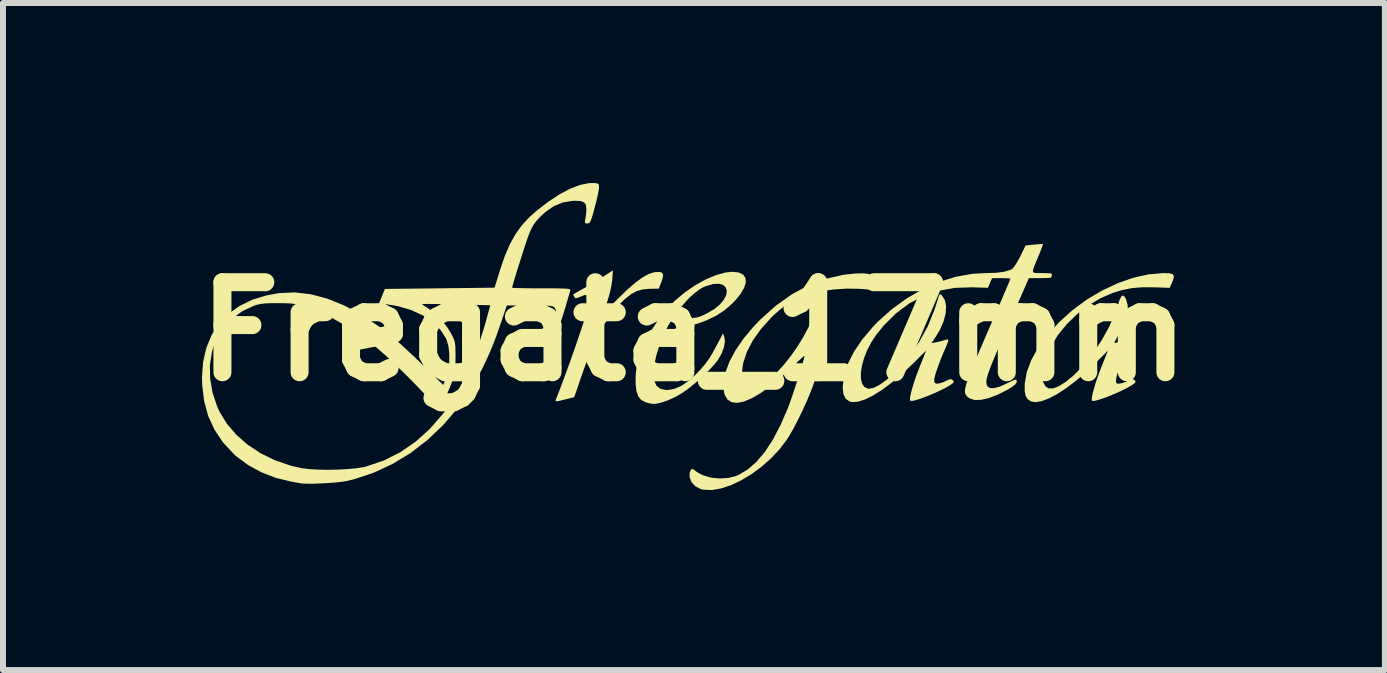
<source format=kicad_pcb>
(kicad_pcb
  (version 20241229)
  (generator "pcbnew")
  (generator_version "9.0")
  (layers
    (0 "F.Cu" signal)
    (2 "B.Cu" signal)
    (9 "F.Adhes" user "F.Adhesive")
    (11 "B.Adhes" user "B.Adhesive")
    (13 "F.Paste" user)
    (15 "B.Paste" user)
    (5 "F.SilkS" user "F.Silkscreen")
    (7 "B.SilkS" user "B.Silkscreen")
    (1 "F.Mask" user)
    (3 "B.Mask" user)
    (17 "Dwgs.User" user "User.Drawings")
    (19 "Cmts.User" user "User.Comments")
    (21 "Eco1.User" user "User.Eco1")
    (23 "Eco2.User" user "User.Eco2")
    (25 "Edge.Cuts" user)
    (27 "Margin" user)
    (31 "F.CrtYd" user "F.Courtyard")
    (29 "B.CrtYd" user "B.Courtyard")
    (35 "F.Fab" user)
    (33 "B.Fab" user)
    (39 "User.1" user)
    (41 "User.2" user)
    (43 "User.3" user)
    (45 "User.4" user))
  (footprint "Fregata_17mm"
    (layer "F.Cu")
    (at 8.514 2.475)
    (property "Reference" "Fregata_17mm" (at 0 0 0) (layer "F.SilkS") (effects (font (size 1.5 1.5) (thickness 0.3))))
    (attr board_only exclude_from_pos_files exclude_from_bom)
    (fp_poly (pts (xy -1.361 -0.865) (xy -1.375 -0.767) (xy -1.4 -0.651) (xy -1.432 -0.538) (xy -1.438 -0.52) (xy -1.465 -0.437) (xy -1.485 -0.372) (xy -1.496 -0.332) (xy -1.497 -0.325) (xy -1.481 -0.337) (xy -1.441 -0.375) (xy -1.381 -0.433) (xy -1.307 -0.506) (xy -1.26 -0.553) (xy -1.106 -0.702) (xy -0.973 -0.817) (xy -0.857 -0.902) (xy -0.756 -0.958) (xy -0.666 -0.987) (xy -0.637 -0.991) (xy -0.565 -0.992) (xy -0.524 -0.975) (xy -0.513 -0.936) (xy -0.528 -0.867) (xy -0.544 -0.823) (xy -0.585 -0.715) (xy -0.743 -0.712) (xy -0.855 -0.702) (xy -0.954 -0.674) (xy -1.049 -0.621) (xy -1.15 -0.541) (xy -1.229 -0.464) (xy -1.356 -0.319) (xy -1.475 -0.15) (xy -1.587 0.047) (xy -1.696 0.277) (xy -1.803 0.542) (xy -1.874 0.742) (xy -1.994 1.093) (xy -2.136 1.129) (xy -2.222 1.151) (xy -2.274 1.161) (xy -2.3 1.161) (xy -2.306 1.15) (xy -2.299 1.128) (xy -2.242 0.984) (xy -2.181 0.821) (xy -2.116 0.646) (xy -2.051 0.465) (xy -1.987 0.284) (xy -1.927 0.109) (xy -1.872 -0.053) (xy -1.825 -0.197) (xy -1.788 -0.316) (xy -1.763 -0.404) (xy -1.757 -0.43) (xy -1.743 -0.501) (xy -1.741 -0.544) (xy -1.751 -0.572) (xy -1.764 -0.587) (xy -1.789 -0.607) (xy -1.817 -0.609) (xy -1.862 -0.593) (xy -1.886 -0.582) (xy -1.942 -0.56) (xy -1.973 -0.556) (xy -1.991 -0.571) (xy -1.993 -0.573) (xy -2.009 -0.605) (xy -2.012 -0.614) (xy -1.994 -0.629) (xy -1.948 -0.657) (xy -1.882 -0.694) (xy -1.859 -0.707) (xy -1.768 -0.758) (xy -1.662 -0.821) (xy -1.558 -0.885) (xy -1.527 -0.905) (xy -1.349 -1.02)) (stroke (width 0) (type solid)) (fill yes) (layer "F.SilkS"))
    (fp_poly (pts (xy 0.75 -0.983) (xy 0.822 -0.947) (xy 0.86 -0.89) (xy 0.864 -0.815) (xy 0.835 -0.724) (xy 0.773 -0.621) (xy 0.678 -0.506) (xy 0.641 -0.469) (xy 0.511 -0.355) (xy 0.37 -0.263) (xy 0.207 -0.185) (xy 0.081 -0.139) (xy -0.036 -0.104) (xy -0.123 -0.088) (xy -0.188 -0.091) (xy -0.239 -0.114) (xy -0.266 -0.137) (xy -0.301 -0.176) (xy -0.317 -0.204) (xy -0.318 -0.206) (xy -0.298 -0.213) (xy -0.246 -0.219) (xy -0.17 -0.222) (xy -0.13 -0.223) (xy -0.035 -0.225) (xy 0.035 -0.232) (xy 0.097 -0.248) (xy 0.167 -0.278) (xy 0.218 -0.303) (xy 0.342 -0.376) (xy 0.437 -0.455) (xy 0.502 -0.534) (xy 0.539 -0.611) (xy 0.548 -0.68) (xy 0.53 -0.737) (xy 0.486 -0.777) (xy 0.417 -0.797) (xy 0.322 -0.792) (xy 0.204 -0.758) (xy 0.148 -0.735) (xy 0.091 -0.7) (xy 0.017 -0.644) (xy -0.062 -0.576) (xy -0.098 -0.541) (xy -0.276 -0.336) (xy -0.427 -0.104) (xy -0.547 0.147) (xy -0.63 0.408) (xy -0.66 0.557) (xy -0.673 0.706) (xy -0.661 0.821) (xy -0.624 0.903) (xy -0.56 0.954) (xy -0.469 0.974) (xy -0.451 0.974) (xy -0.329 0.957) (xy -0.205 0.903) (xy -0.075 0.812) (xy 0.031 0.715) (xy 0.116 0.626) (xy 0.186 0.544) (xy 0.248 0.459) (xy 0.31 0.358) (xy 0.379 0.231) (xy 0.395 0.201) (xy 0.484 0.032) (xy 0.508 0.093) (xy 0.517 0.167) (xy 0.5 0.263) (xy 0.46 0.369) (xy 0.402 0.471) (xy 0.341 0.549) (xy 0.254 0.643) (xy 0.149 0.745) (xy 0.036 0.847) (xy -0.077 0.939) (xy -0.18 1.014) (xy -0.292 1.08) (xy -0.411 1.137) (xy -0.527 1.179) (xy -0.627 1.203) (xy -0.675 1.206) (xy -0.735 1.198) (xy -0.801 1.18) (xy -0.803 1.18) (xy -0.877 1.141) (xy -0.927 1.081) (xy -0.958 0.994) (xy -0.971 0.876) (xy -0.972 0.774) (xy -0.965 0.666) (xy -0.954 0.586) (xy -0.899 0.389) (xy -0.814 0.181) (xy -0.703 -0.028) (xy -0.571 -0.228) (xy -0.453 -0.374) (xy -0.309 -0.521) (xy -0.148 -0.655) (xy 0.023 -0.772) (xy 0.197 -0.869) (xy 0.367 -0.94) (xy 0.527 -0.984) (xy 0.645 -0.996)) (stroke (width 0) (type solid)) (fill yes) (layer "F.SilkS"))
    (fp_poly (pts (xy 7.928 -0.97) (xy 7.98 -0.955) (xy 7.999 -0.923) (xy 7.989 -0.869) (xy 7.968 -0.818) (xy 7.929 -0.728) (xy 7.674 -0.737) (xy 7.472 -0.738) (xy 7.295 -0.723) (xy 7.13 -0.69) (xy 6.983 -0.645) (xy 6.773 -0.554) (xy 6.572 -0.434) (xy 6.385 -0.289) (xy 6.216 -0.125) (xy 6.07 0.053) (xy 5.953 0.24) (xy 5.868 0.431) (xy 5.825 0.596) (xy 5.811 0.736) (xy 5.821 0.841) (xy 5.855 0.911) (xy 5.909 0.947) (xy 5.985 0.947) (xy 6.08 0.912) (xy 6.193 0.841) (xy 6.324 0.734) (xy 6.333 0.726) (xy 6.495 0.559) (xy 6.652 0.362) (xy 6.795 0.146) (xy 6.919 -0.078) (xy 7.017 -0.299) (xy 7.065 -0.441) (xy 7.096 -0.534) (xy 7.124 -0.587) (xy 7.152 -0.601) (xy 7.18 -0.577) (xy 7.201 -0.54) (xy 7.229 -0.435) (xy 7.226 -0.31) (xy 7.191 -0.172) (xy 7.127 -0.026) (xy 7.075 0.062) (xy 7.037 0.124) (xy 7.013 0.17) (xy 7.007 0.19) (xy 7.008 0.191) (xy 7.036 0.186) (xy 7.091 0.173) (xy 7.148 0.158) (xy 7.214 0.142) (xy 7.261 0.133) (xy 7.277 0.132) (xy 7.271 0.152) (xy 7.251 0.205) (xy 7.22 0.282) (xy 7.18 0.376) (xy 7.165 0.413) (xy 7.121 0.521) (xy 7.083 0.623) (xy 7.055 0.71) (xy 7.039 0.77) (xy 7.038 0.778) (xy 7.033 0.835) (xy 7.041 0.861) (xy 7.066 0.868) (xy 7.084 0.869) (xy 7.138 0.859) (xy 7.206 0.835) (xy 7.227 0.824) (xy 7.283 0.799) (xy 7.316 0.793) (xy 7.34 0.806) (xy 7.346 0.812) (xy 7.36 0.833) (xy 7.352 0.854) (xy 7.315 0.882) (xy 7.285 0.902) (xy 7.208 0.946) (xy 7.114 0.992) (xy 7.011 1.038) (xy 6.907 1.081) (xy 6.81 1.117) (xy 6.727 1.143) (xy 6.666 1.157) (xy 6.635 1.155) (xy 6.634 1.154) (xy 6.629 1.123) (xy 6.639 1.06) (xy 6.661 0.97) (xy 6.694 0.859) (xy 6.736 0.736) (xy 6.785 0.605) (xy 6.788 0.598) (xy 6.899 0.317) (xy 6.696 0.521) (xy 6.528 0.682) (xy 6.362 0.824) (xy 6.202 0.945) (xy 6.051 1.043) (xy 5.913 1.116) (xy 5.792 1.161) (xy 5.69 1.177) (xy 5.62 1.165) (xy 5.563 1.129) (xy 5.528 1.072) (xy 5.512 0.989) (xy 5.513 0.872) (xy 5.513 0.869) (xy 5.547 0.676) (xy 5.621 0.477) (xy 5.736 0.271) (xy 5.889 0.062) (xy 6.082 -0.151) (xy 6.09 -0.16) (xy 6.309 -0.357) (xy 6.546 -0.532) (xy 6.798 -0.681) (xy 7.057 -0.803) (xy 7.317 -0.895) (xy 7.574 -0.953) (xy 7.82 -0.974) (xy 7.838 -0.974)) (stroke (width 0) (type solid)) (fill yes) (layer "F.SilkS"))
    (fp_poly (pts (xy 2.898 -0.963) (xy 2.956 -0.94) (xy 2.984 -0.901) (xy 2.984 -0.841) (xy 2.964 -0.766) (xy 2.94 -0.699) (xy 2.736 -0.713) (xy 2.541 -0.715) (xy 2.33 -0.701) (xy 2.123 -0.673) (xy 1.945 -0.633) (xy 1.779 -0.578) (xy 1.631 -0.506) (xy 1.491 -0.412) (xy 1.347 -0.289) (xy 1.29 -0.234) (xy 1.119 -0.044) (xy 0.982 0.148) (xy 0.882 0.341) (xy 0.819 0.531) (xy 0.797 0.713) (xy 0.802 0.82) (xy 0.822 0.892) (xy 0.862 0.935) (xy 0.925 0.952) (xy 0.954 0.953) (xy 1.043 0.935) (xy 1.146 0.881) (xy 1.257 0.798) (xy 1.373 0.69) (xy 1.492 0.562) (xy 1.608 0.417) (xy 1.718 0.261) (xy 1.819 0.098) (xy 1.907 -0.067) (xy 1.978 -0.23) (xy 2.023 -0.369) (xy 2.044 -0.439) (xy 2.062 -0.489) (xy 2.074 -0.508) (xy 2.075 -0.508) (xy 2.101 -0.49) (xy 2.129 -0.441) (xy 2.152 -0.376) (xy 2.165 -0.306) (xy 2.167 -0.271) (xy 2.155 -0.194) (xy 2.124 -0.095) (xy 2.079 0.015) (xy 2.026 0.122) (xy 1.969 0.213) (xy 1.969 0.214) (xy 1.946 0.249) (xy 1.944 0.269) (xy 1.967 0.275) (xy 2.023 0.269) (xy 2.097 0.255) (xy 2.155 0.245) (xy 2.193 0.242) (xy 2.199 0.243) (xy 2.196 0.265) (xy 2.181 0.32) (xy 2.156 0.401) (xy 2.124 0.5) (xy 2.087 0.61) (xy 2.048 0.724) (xy 2.009 0.836) (xy 1.972 0.937) (xy 1.945 1.006) (xy 1.881 1.159) (xy 1.808 1.32) (xy 1.73 1.479) (xy 1.654 1.624) (xy 1.584 1.746) (xy 1.554 1.793) (xy 1.43 1.958) (xy 1.287 2.111) (xy 1.13 2.251) (xy 0.963 2.374) (xy 0.791 2.478) (xy 0.621 2.559) (xy 0.456 2.614) (xy 0.302 2.641) (xy 0.164 2.636) (xy 0.116 2.626) (xy 0.026 2.581) (xy -0.038 2.513) (xy -0.072 2.429) (xy -0.071 2.351) (xy -0.05 2.301) (xy -0.018 2.29) (xy 0.019 2.317) (xy 0.051 2.342) (xy 0.108 2.374) (xy 0.154 2.396) (xy 0.285 2.435) (xy 0.432 2.449) (xy 0.58 2.439) (xy 0.713 2.404) (xy 0.741 2.391) (xy 0.897 2.298) (xy 1.045 2.169) (xy 1.184 2.003) (xy 1.318 1.799) (xy 1.445 1.555) (xy 1.566 1.275) (xy 1.594 1.203) (xy 1.627 1.106) (xy 1.665 0.995) (xy 1.704 0.875) (xy 1.743 0.754) (xy 1.778 0.64) (xy 1.808 0.541) (xy 1.83 0.463) (xy 1.842 0.415) (xy 1.843 0.405) (xy 1.829 0.413) (xy 1.79 0.447) (xy 1.732 0.5) (xy 1.66 0.568) (xy 1.635 0.592) (xy 1.446 0.768) (xy 1.269 0.913) (xy 1.107 1.029) (xy 0.961 1.113) (xy 0.832 1.167) (xy 0.721 1.189) (xy 0.63 1.178) (xy 0.561 1.135) (xy 0.515 1.059) (xy 0.497 0.987) (xy 0.495 0.837) (xy 0.528 0.672) (xy 0.595 0.495) (xy 0.695 0.31) (xy 0.825 0.12) (xy 0.984 -0.071) (xy 1.109 -0.202) (xy 1.368 -0.433) (xy 1.636 -0.623) (xy 1.913 -0.772) (xy 2.198 -0.879) (xy 2.492 -0.946) (xy 2.676 -0.966) (xy 2.806 -0.97)) (stroke (width 0) (type solid)) (fill yes) (layer "F.SilkS"))
    (fp_poly (pts (xy 5.816 -1.457) (xy 5.811 -1.436) (xy 5.793 -1.385) (xy 5.764 -1.312) (xy 5.741 -1.256) (xy 5.694 -1.144) (xy 5.663 -1.067) (xy 5.649 -1.017) (xy 5.654 -0.989) (xy 5.678 -0.977) (xy 5.724 -0.974) (xy 5.793 -0.974) (xy 5.805 -0.974) (xy 5.891 -0.973) (xy 5.941 -0.969) (xy 5.964 -0.961) (xy 5.967 -0.946) (xy 5.966 -0.941) (xy 5.954 -0.907) (xy 5.953 -0.899) (xy 5.933 -0.895) (xy 5.881 -0.892) (xy 5.805 -0.89) (xy 5.767 -0.89) (xy 5.582 -0.89) (xy 5.27 -0.175) (xy 5.175 0.042) (xy 5.096 0.224) (xy 5.032 0.375) (xy 4.981 0.497) (xy 4.942 0.596) (xy 4.913 0.673) (xy 4.893 0.734) (xy 4.88 0.781) (xy 4.874 0.818) (xy 4.872 0.846) (xy 4.887 0.909) (xy 4.931 0.941) (xy 5.003 0.944) (xy 5.102 0.916) (xy 5.227 0.859) (xy 5.293 0.826) (xy 5.344 0.805) (xy 5.369 0.8) (xy 5.37 0.801) (xy 5.383 0.835) (xy 5.361 0.875) (xy 5.3 0.925) (xy 5.227 0.969) (xy 5.066 1.051) (xy 4.919 1.108) (xy 4.789 1.138) (xy 4.68 1.141) (xy 4.597 1.116) (xy 4.564 1.092) (xy 4.546 1.073) (xy 4.531 1.053) (xy 4.52 1.031) (xy 4.516 1.002) (xy 4.518 0.966) (xy 4.528 0.917) (xy 4.546 0.854) (xy 4.574 0.774) (xy 4.613 0.674) (xy 4.663 0.55) (xy 4.725 0.401) (xy 4.801 0.223) (xy 4.891 0.014) (xy 4.997 -0.23) (xy 5.061 -0.377) (xy 5.119 -0.511) (xy 5.171 -0.633) (xy 5.215 -0.735) (xy 5.248 -0.814) (xy 5.269 -0.864) (xy 5.275 -0.88) (xy 5.255 -0.885) (xy 5.204 -0.888) (xy 5.132 -0.89) (xy 5.121 -0.89) (xy 4.968 -0.889) (xy 4.934 -0.809) (xy 4.9 -0.729) (xy 4.637 -0.737) (xy 4.349 -0.728) (xy 4.079 -0.68) (xy 3.825 -0.593) (xy 3.588 -0.468) (xy 3.367 -0.303) (xy 3.163 -0.1) (xy 3.041 0.051) (xy 2.956 0.179) (xy 2.887 0.311) (xy 2.835 0.443) (xy 2.8 0.57) (xy 2.782 0.687) (xy 2.783 0.789) (xy 2.803 0.87) (xy 2.843 0.926) (xy 2.904 0.952) (xy 2.922 0.953) (xy 3 0.936) (xy 3.095 0.887) (xy 3.203 0.811) (xy 3.319 0.71) (xy 3.438 0.591) (xy 3.554 0.455) (xy 3.569 0.435) (xy 3.752 0.176) (xy 3.898 -0.089) (xy 4.011 -0.368) (xy 4.048 -0.484) (xy 4.072 -0.562) (xy 4.088 -0.606) (xy 4.102 -0.621) (xy 4.118 -0.614) (xy 4.135 -0.598) (xy 4.183 -0.521) (xy 4.203 -0.42) (xy 4.195 -0.3) (xy 4.16 -0.168) (xy 4.1 -0.029) (xy 4.025 0.096) (xy 3.958 0.193) (xy 4.039 0.178) (xy 4.106 0.164) (xy 4.164 0.147) (xy 4.169 0.145) (xy 4.217 0.131) (xy 4.238 0.136) (xy 4.236 0.166) (xy 4.212 0.227) (xy 4.203 0.249) (xy 4.148 0.377) (xy 4.098 0.502) (xy 4.056 0.616) (xy 4.024 0.712) (xy 4.007 0.782) (xy 4.004 0.807) (xy 4.01 0.851) (xy 4.036 0.867) (xy 4.058 0.869) (xy 4.11 0.859) (xy 4.176 0.835) (xy 4.198 0.824) (xy 4.253 0.799) (xy 4.286 0.793) (xy 4.31 0.806) (xy 4.316 0.812) (xy 4.331 0.833) (xy 4.323 0.854) (xy 4.286 0.882) (xy 4.255 0.902) (xy 4.178 0.946) (xy 4.085 0.992) (xy 3.982 1.038) (xy 3.878 1.081) (xy 3.781 1.117) (xy 3.698 1.143) (xy 3.637 1.157) (xy 3.605 1.155) (xy 3.605 1.154) (xy 3.6 1.123) (xy 3.609 1.059) (xy 3.631 0.969) (xy 3.664 0.859) (xy 3.706 0.736) (xy 3.755 0.606) (xy 3.758 0.597) (xy 3.871 0.316) (xy 3.646 0.539) (xy 3.47 0.705) (xy 3.3 0.849) (xy 3.139 0.969) (xy 2.989 1.064) (xy 2.854 1.131) (xy 2.736 1.169) (xy 2.639 1.176) (xy 2.592 1.165) (xy 2.528 1.119) (xy 2.491 1.042) (xy 2.479 0.933) (xy 2.5 0.744) (xy 2.561 0.547) (xy 2.662 0.345) (xy 2.801 0.137) (xy 2.978 -0.073) (xy 3.061 -0.16) (xy 3.295 -0.37) (xy 3.547 -0.553) (xy 3.813 -0.706) (xy 4.088 -0.827) (xy 4.366 -0.913) (xy 4.642 -0.962) (xy 4.86 -0.974) (xy 5.035 -0.979) (xy 5.173 -0.997) (xy 5.274 -1.028) (xy 5.303 -1.044) (xy 5.334 -1.077) (xy 5.375 -1.138) (xy 5.42 -1.217) (xy 5.44 -1.256) (xy 5.527 -1.434) (xy 5.668 -1.449) (xy 5.74 -1.455) (xy 5.794 -1.458)) (stroke (width 0) (type solid)) (fill yes) (layer "F.SilkS"))
    (fp_poly (pts (xy -1.607 -2.468) (xy -1.585 -2.45) (xy -1.581 -2.41) (xy -1.582 -2.394) (xy -1.588 -2.345) (xy -1.604 -2.266) (xy -1.627 -2.168) (xy -1.655 -2.062) (xy -1.655 -2.06) (xy -1.684 -1.953) (xy -1.707 -1.88) (xy -1.725 -1.835) (xy -1.741 -1.811) (xy -1.76 -1.802) (xy -1.776 -1.801) (xy -1.808 -1.804) (xy -1.818 -1.822) (xy -1.812 -1.867) (xy -1.809 -1.88) (xy -1.797 -1.959) (xy -1.792 -2.04) (xy -1.792 -2.042) (xy -1.8 -2.107) (xy -1.827 -2.15) (xy -1.88 -2.173) (xy -1.963 -2.179) (xy -2.027 -2.177) (xy -2.185 -2.151) (xy -2.33 -2.092) (xy -2.469 -1.997) (xy -2.555 -1.919) (xy -2.628 -1.84) (xy -2.68 -1.768) (xy -2.723 -1.683) (xy -2.751 -1.615) (xy -2.772 -1.557) (xy -2.801 -1.471) (xy -2.835 -1.368) (xy -2.872 -1.252) (xy -2.91 -1.133) (xy -2.947 -1.016) (xy -2.979 -0.911) (xy -3.005 -0.823) (xy -3.023 -0.76) (xy -3.029 -0.73) (xy -3.029 -0.73) (xy -3.009 -0.727) (xy -2.952 -0.725) (xy -2.865 -0.723) (xy -2.753 -0.721) (xy -2.623 -0.72) (xy -2.54 -0.72) (xy -2.383 -0.72) (xy -2.264 -0.719) (xy -2.178 -0.717) (xy -2.119 -0.714) (xy -2.083 -0.709) (xy -2.065 -0.702) (xy -2.059 -0.692) (xy -2.06 -0.683) (xy -2.07 -0.65) (xy -2.089 -0.585) (xy -2.115 -0.496) (xy -2.145 -0.394) (xy -2.151 -0.376) (xy -2.184 -0.266) (xy -2.209 -0.191) (xy -2.229 -0.144) (xy -2.246 -0.118) (xy -2.265 -0.108) (xy -2.283 -0.106) (xy -2.321 -0.114) (xy -2.324 -0.135) (xy -2.303 -0.212) (xy -2.296 -0.293) (xy -2.303 -0.361) (xy -2.317 -0.392) (xy -2.33 -0.407) (xy -2.35 -0.418) (xy -2.381 -0.426) (xy -2.431 -0.43) (xy -2.506 -0.433) (xy -2.611 -0.434) (xy -2.733 -0.434) (xy -3.118 -0.434) (xy -3.219 -0.138) (xy -3.279 0.036) (xy -3.333 0.182) (xy -3.387 0.314) (xy -3.446 0.447) (xy -3.515 0.592) (xy -3.541 0.644) (xy -3.727 0.976) (xy -3.941 1.282) (xy -4.18 1.56) (xy -4.442 1.809) (xy -4.724 2.026) (xy -5.024 2.208) (xy -5.339 2.354) (xy -5.666 2.462) (xy -5.787 2.491) (xy -5.864 2.504) (xy -5.968 2.515) (xy -6.089 2.524) (xy -6.215 2.531) (xy -6.336 2.536) (xy -6.442 2.536) (xy -6.521 2.533) (xy -6.546 2.53) (xy -6.596 2.521) (xy -6.669 2.508) (xy -6.726 2.498) (xy -6.972 2.438) (xy -7.211 2.344) (xy -7.433 2.223) (xy -7.628 2.078) (xy -7.665 2.044) (xy -7.846 1.85) (xy -7.988 1.639) (xy -8.094 1.41) (xy -8.162 1.16) (xy -8.195 0.888) (xy -8.198 0.767) (xy -8.183 0.557) (xy -8.066 0.557) (xy -8.062 0.783) (xy -8.023 1.013) (xy -7.949 1.238) (xy -7.909 1.329) (xy -7.786 1.533) (xy -7.627 1.719) (xy -7.437 1.886) (xy -7.22 2.029) (xy -6.979 2.146) (xy -6.72 2.235) (xy -6.535 2.277) (xy -6.416 2.292) (xy -6.27 2.301) (xy -6.106 2.304) (xy -5.937 2.301) (xy -5.773 2.292) (xy -5.625 2.278) (xy -5.503 2.259) (xy -5.462 2.249) (xy -5.168 2.149) (xy -4.893 2.011) (xy -4.637 1.835) (xy -4.4 1.621) (xy -4.181 1.37) (xy -3.982 1.081) (xy -3.949 1.025) (xy -3.825 0.795) (xy -3.707 0.531) (xy -3.596 0.244) (xy -3.498 -0.059) (xy -3.455 -0.213) (xy -3.394 -0.438) (xy -3.957 -0.452) (xy -4.107 -0.455) (xy -4.242 -0.458) (xy -4.358 -0.459) (xy -4.448 -0.46) (xy -4.506 -0.459) (xy -4.528 -0.458) (xy -4.516 -0.444) (xy -4.476 -0.416) (xy -4.439 -0.394) (xy -4.326 -0.312) (xy -4.214 -0.202) (xy -4.114 -0.078) (xy -4.044 0.037) (xy -4.013 0.098) (xy -3.993 0.148) (xy -3.981 0.198) (xy -3.975 0.259) (xy -3.973 0.341) (xy -3.973 0.433) (xy -3.975 0.549) (xy -3.98 0.635) (xy -3.99 0.705) (xy -4.007 0.77) (xy -4.033 0.845) (xy -4.034 0.847) (xy -4.069 0.936) (xy -4.11 1.029) (xy -4.153 1.119) (xy -4.194 1.198) (xy -4.228 1.258) (xy -4.251 1.289) (xy -4.257 1.292) (xy -4.276 1.277) (xy -4.316 1.236) (xy -4.371 1.176) (xy -4.422 1.117) (xy -4.512 1.017) (xy -4.625 0.898) (xy -4.752 0.769) (xy -4.886 0.637) (xy -5.019 0.509) (xy -5.144 0.394) (xy -5.252 0.299) (xy -5.298 0.26) (xy -5.538 0.078) (xy -5.783 -0.085) (xy -6.025 -0.224) (xy -6.258 -0.336) (xy -6.475 -0.416) (xy -6.477 -0.417) (xy -6.564 -0.442) (xy -6.64 -0.458) (xy -6.719 -0.468) (xy -6.814 -0.472) (xy -6.938 -0.473) (xy -7.061 -0.472) (xy -7.154 -0.468) (xy -7.225 -0.459) (xy -7.287 -0.445) (xy -7.339 -0.427) (xy -7.526 -0.339) (xy -7.69 -0.218) (xy -7.768 -0.142) (xy -7.874 -0.016) (xy -7.951 0.112) (xy -8.008 0.257) (xy -8.032 0.341) (xy -8.066 0.557) (xy -8.183 0.557) (xy -8.18 0.509) (xy -8.126 0.273) (xy -8.038 0.06) (xy -7.916 -0.128) (xy -7.763 -0.289) (xy -7.578 -0.423) (xy -7.364 -0.528) (xy -7.121 -0.603) (xy -6.915 -0.64) (xy -6.655 -0.652) (xy -6.388 -0.622) (xy -6.114 -0.55) (xy -5.833 -0.437) (xy -5.546 -0.283) (xy -5.253 -0.088) (xy -5.067 0.054) (xy -4.999 0.112) (xy -4.908 0.192) (xy -4.802 0.289) (xy -4.687 0.396) (xy -4.572 0.506) (xy -4.534 0.543) (xy -4.177 0.891) (xy -4.128 0.769) (xy -4.094 0.649) (xy -4.077 0.512) (xy -4.077 0.37) (xy -4.092 0.238) (xy -4.125 0.129) (xy -4.13 0.117) (xy -4.225 -0.03) (xy -4.355 -0.159) (xy -4.517 -0.268) (xy -4.707 -0.356) (xy -4.92 -0.42) (xy -5.066 -0.446) (xy -5.247 -0.472) (xy -5.198 -0.591) (xy -5.15 -0.71) (xy -4.236 -0.72) (xy -3.322 -0.731) (xy -3.232 -1.023) (xy -3.153 -1.254) (xy -3.07 -1.449) (xy -2.977 -1.618) (xy -2.871 -1.766) (xy -2.746 -1.902) (xy -2.625 -2.01) (xy -2.429 -2.162) (xy -2.24 -2.287) (xy -2.061 -2.381) (xy -1.895 -2.444) (xy -1.746 -2.474) (xy -1.659 -2.475)) (stroke (width 0) (type solid)) (fill yes) (layer "F.SilkS")))
  (gr_rect
    (start -3 -3)
    (end 20.029 8.116)
    (stroke (width 0.1) (type default))
    (fill no)
    (layer "Edge.Cuts")))
</source>
